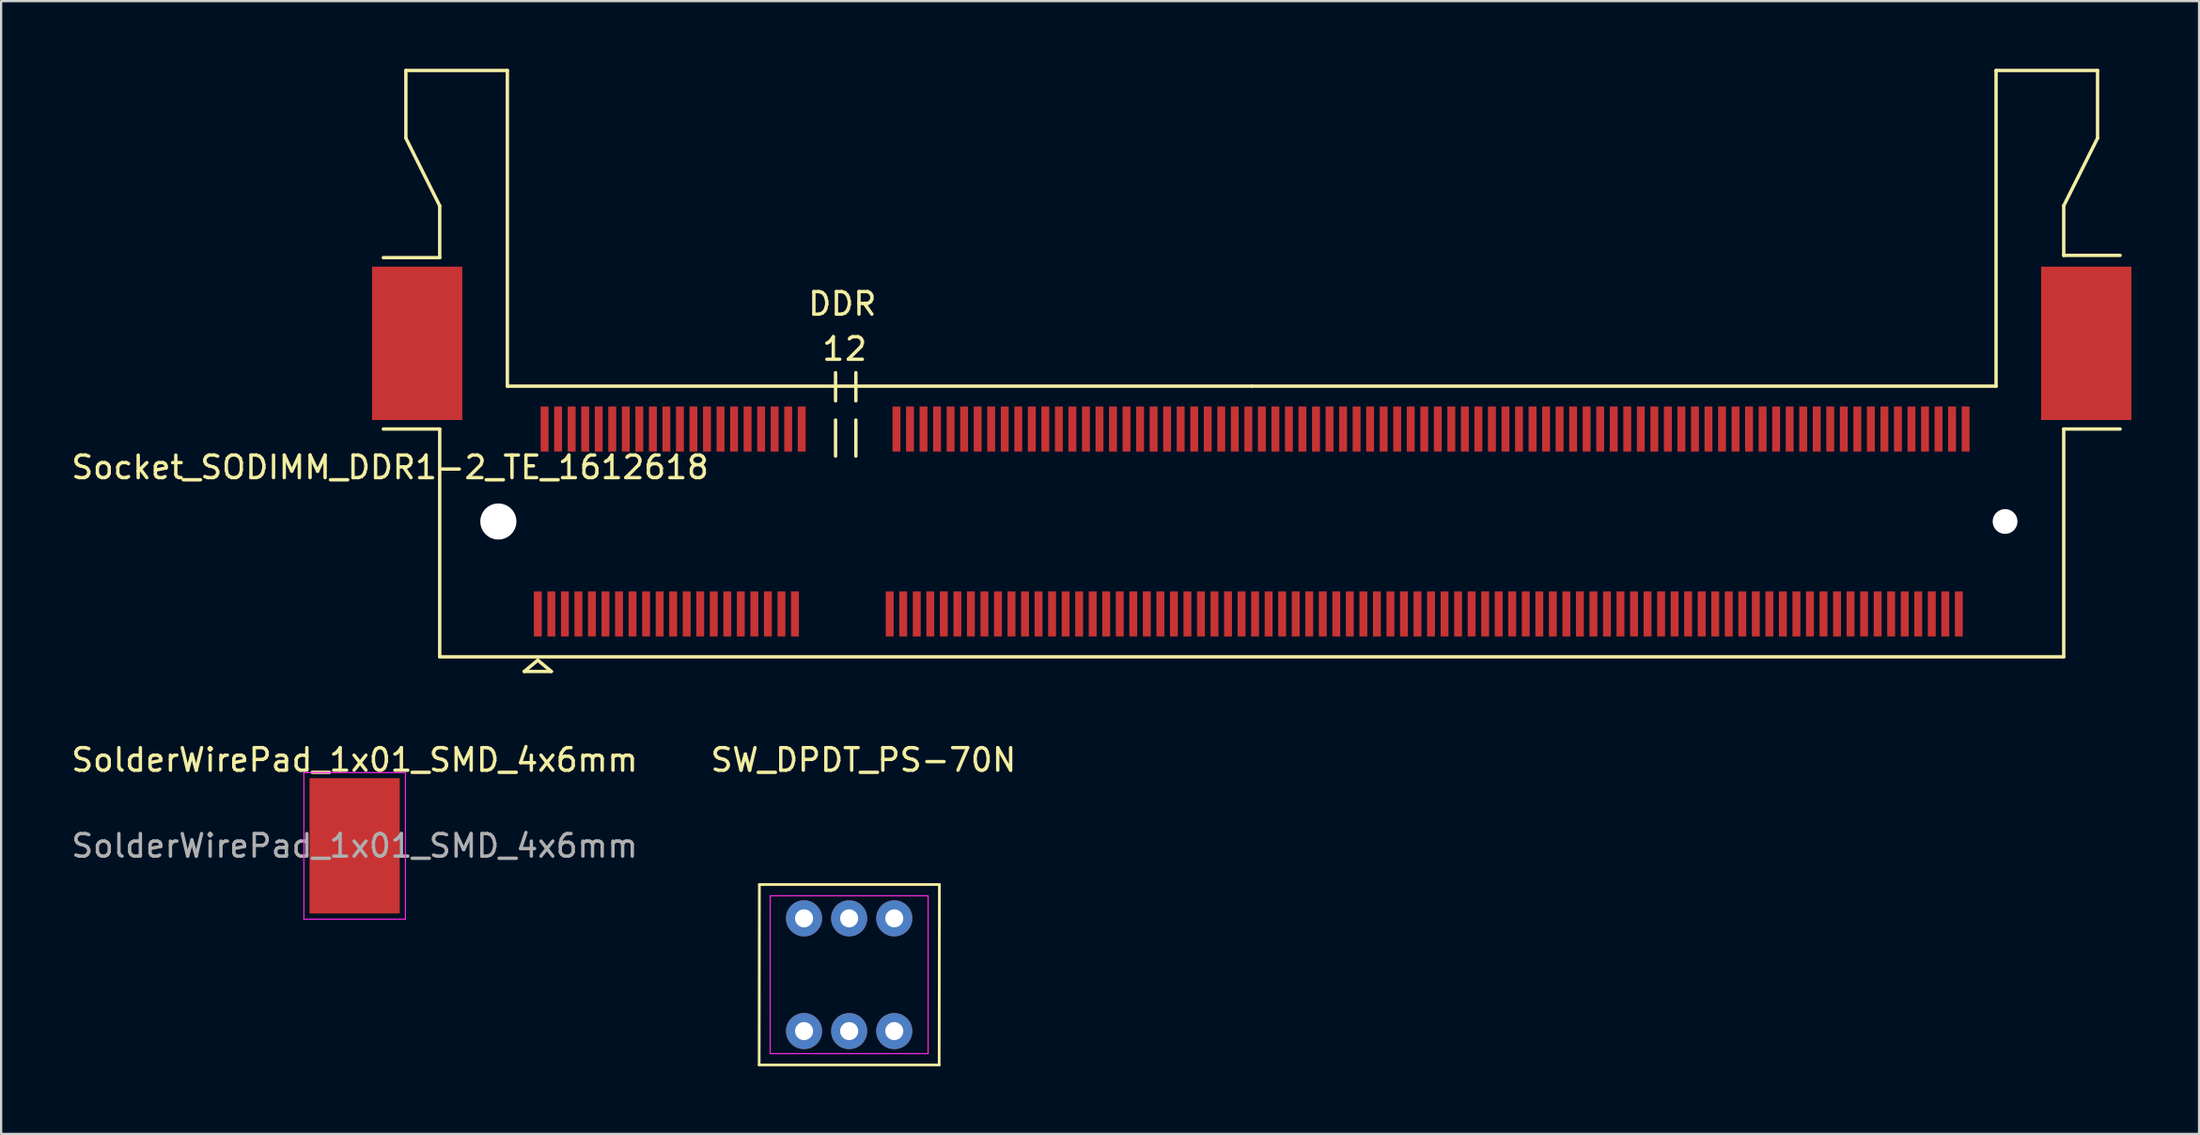
<source format=kicad_pcb>
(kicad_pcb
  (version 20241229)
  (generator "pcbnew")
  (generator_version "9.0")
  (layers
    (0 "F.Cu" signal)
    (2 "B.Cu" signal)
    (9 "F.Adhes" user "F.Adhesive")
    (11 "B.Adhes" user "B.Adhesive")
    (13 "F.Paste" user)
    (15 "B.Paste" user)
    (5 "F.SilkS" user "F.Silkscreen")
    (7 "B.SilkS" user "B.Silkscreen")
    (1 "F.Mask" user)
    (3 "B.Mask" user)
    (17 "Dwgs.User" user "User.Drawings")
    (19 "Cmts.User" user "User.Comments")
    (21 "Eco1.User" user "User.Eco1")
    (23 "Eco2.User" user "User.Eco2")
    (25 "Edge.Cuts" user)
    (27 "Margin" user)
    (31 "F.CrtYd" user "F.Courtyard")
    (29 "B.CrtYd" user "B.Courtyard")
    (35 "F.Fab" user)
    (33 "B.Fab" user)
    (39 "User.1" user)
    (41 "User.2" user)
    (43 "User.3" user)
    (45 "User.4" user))
  (footprint "SolderWirePad_1x01_SMD_4x6mm"
    (layer "F.Cu")
    (at 12.673 34.458)
    (property "Reference" "SolderWirePad_1x01_SMD_4x6mm" (at 0 -3.81 0) (layer "F.SilkS") (effects (font (size 1 1) (thickness 0.15))))
    (attr smd exclude_from_pos_files exclude_from_bom)
    (fp_line (start -2.25 -3.25) (end -2.25 3.25) (stroke (width 0.05) (type solid)) (layer "F.CrtYd"))
    (fp_line (start -2.25 3.25) (end 2.25 3.25) (stroke (width 0.05) (type solid)) (layer "F.CrtYd"))
    (fp_line (start 2.25 -3.25) (end -2.25 -3.25) (stroke (width 0.05) (type solid)) (layer "F.CrtYd"))
    (fp_line (start 2.25 3.25) (end 2.25 -3.25) (stroke (width 0.05) (type solid)) (layer "F.CrtYd"))
    (fp_text user "${REFERENCE}" (at 0 0 0) (layer "F.Fab") (effects (font (size 1 1) (thickness 0.15))))
    (pad "1" smd rect (at 0 0) (size 4 6) (layers "F.Cu" "F.Mask" "F.Paste")))
  (footprint "Socket_SODIMM_DDR1-2_TE_1612618"
    (layer "F.Cu")
    (at 52.444 20.075)
    (property "Reference" "Socket_SODIMM_DDR1-2_TE_1612618" (at -38.2 -2.4 0) (layer "F.SilkS") (effects (font (size 1 1) (thickness 0.15))))
    (attr smd)
    (fp_line (start -37.5 -20) (end -37.5 -17) (stroke (width 0.15) (type solid)) (layer "F.SilkS"))
    (fp_line (start -37.5 -17) (end -36 -14) (stroke (width 0.15) (type solid)) (layer "F.SilkS"))
    (fp_line (start -36 -14) (end -36 -11.7) (stroke (width 0.15) (type solid)) (layer "F.SilkS"))
    (fp_line (start -36 -11.7) (end -38.5 -11.7) (stroke (width 0.15) (type solid)) (layer "F.SilkS"))
    (fp_line (start -36 -4.1) (end -38.5 -4.1) (stroke (width 0.15) (type solid)) (layer "F.SilkS"))
    (fp_line (start -36 -4.1) (end -36 6) (stroke (width 0.15) (type solid)) (layer "F.SilkS"))
    (fp_line (start -36 6) (end 36 6) (stroke (width 0.15) (type solid)) (layer "F.SilkS"))
    (fp_line (start -33 -20) (end -37.5 -20) (stroke (width 0.15) (type solid)) (layer "F.SilkS"))
    (fp_line (start -33 -6) (end -33 -20) (stroke (width 0.15) (type solid)) (layer "F.SilkS"))
    (fp_line (start -32.25 6.65) (end -31.65 6.15) (stroke (width 0.15) (type solid)) (layer "F.SilkS"))
    (fp_line (start -31.65 6.15) (end -31.05 6.65) (stroke (width 0.15) (type solid)) (layer "F.SilkS"))
    (fp_line (start -31.05 6.65) (end -32.25 6.65) (stroke (width 0.15) (type solid)) (layer "F.SilkS"))
    (fp_line (start -18.45 -5.35) (end -18.45 -6.6) (stroke (width 0.15) (type solid)) (layer "F.SilkS"))
    (fp_line (start -18.45 -4.5) (end -18.45 -2.9) (stroke (width 0.15) (type solid)) (layer "F.SilkS"))
    (fp_line (start -17.55 -5.35) (end -17.55 -6.6) (stroke (width 0.15) (type solid)) (layer "F.SilkS"))
    (fp_line (start -17.55 -4.5) (end -17.55 -2.9) (stroke (width 0.15) (type solid)) (layer "F.SilkS"))
    (fp_line (start 0 -6) (end -33 -6) (stroke (width 0.15) (type solid)) (layer "F.SilkS"))
    (fp_line (start 33 -20) (end 33 -6) (stroke (width 0.15) (type solid)) (layer "F.SilkS"))
    (fp_line (start 33 -6) (end 0 -6) (stroke (width 0.15) (type solid)) (layer "F.SilkS"))
    (fp_line (start 36 -14) (end 36 -11.8) (stroke (width 0.15) (type solid)) (layer "F.SilkS"))
    (fp_line (start 36 -14) (end 37.5 -17) (stroke (width 0.15) (type solid)) (layer "F.SilkS"))
    (fp_line (start 36 -11.8) (end 38.5 -11.8) (stroke (width 0.15) (type solid)) (layer "F.SilkS"))
    (fp_line (start 36 -4.1) (end 38.5 -4.1) (stroke (width 0.15) (type solid)) (layer "F.SilkS"))
    (fp_line (start 36 6) (end 36 -4.1) (stroke (width 0.15) (type solid)) (layer "F.SilkS"))
    (fp_line (start 37.5 -20) (end 33 -20) (stroke (width 0.15) (type solid)) (layer "F.SilkS"))
    (fp_line (start 37.5 -17) (end 37.5 -20) (stroke (width 0.15) (type solid)) (layer "F.SilkS"))
    (fp_text user "1" (at -18.55 -7.65 0) (layer "F.SilkS") (effects (font (size 1 1) (thickness 0.15))))
    (fp_text user "2" (at -17.55 -7.65 0) (layer "F.SilkS") (effects (font (size 1 1) (thickness 0.15))))
    (fp_text user "DDR" (at -18.15 -9.65 0) (layer "F.SilkS") (effects (font (size 1 1) (thickness 0.15))))
    (pad "" smd rect (at -37 -7.9) (size 4 6.8) (layers "F.Cu" "F.Mask" "F.Paste"))
    (pad "" np_thru_hole circle (at -33.4 0) (size 1.6 1.6) (drill 1.6) (layers "*.Cu" "*.Mask"))
    (pad "" np_thru_hole circle (at 33.4 0) (size 1.1 1.1) (drill 1.1) (layers "*.Cu" "*.Mask"))
    (pad "" smd rect (at 37 -7.9) (size 4 6.8) (layers "F.Cu" "F.Mask" "F.Paste"))
    (pad "1" smd rect (at -31.65 4.1) (size 0.35 2) (layers "F.Cu" "F.Mask" "F.Paste"))
    (pad "2" smd rect (at -31.35 -4.1) (size 0.35 2) (layers "F.Cu" "F.Mask" "F.Paste"))
    (pad "3" smd rect (at -31.05 4.1) (size 0.35 2) (layers "F.Cu" "F.Mask" "F.Paste"))
    (pad "4" smd rect (at -30.75 -4.1) (size 0.35 2) (layers "F.Cu" "F.Mask" "F.Paste"))
    (pad "5" smd rect (at -30.45 4.1) (size 0.35 2) (layers "F.Cu" "F.Mask" "F.Paste"))
    (pad "6" smd rect (at -30.15 -4.1) (size 0.35 2) (layers "F.Cu" "F.Mask" "F.Paste"))
    (pad "7" smd rect (at -29.85 4.1) (size 0.35 2) (layers "F.Cu" "F.Mask" "F.Paste"))
    (pad "8" smd rect (at -29.55 -4.1) (size 0.35 2) (layers "F.Cu" "F.Mask" "F.Paste"))
    (pad "9" smd rect (at -29.25 4.1) (size 0.35 2) (layers "F.Cu" "F.Mask" "F.Paste"))
    (pad "10" smd rect (at -28.95 -4.1) (size 0.35 2) (layers "F.Cu" "F.Mask" "F.Paste"))
    (pad "11" smd rect (at -28.65 4.1) (size 0.35 2) (layers "F.Cu" "F.Mask" "F.Paste"))
    (pad "12" smd rect (at -28.35 -4.1) (size 0.35 2) (layers "F.Cu" "F.Mask" "F.Paste"))
    (pad "13" smd rect (at -28.05 4.1) (size 0.35 2) (layers "F.Cu" "F.Mask" "F.Paste"))
    (pad "14" smd rect (at -27.75 -4.1) (size 0.35 2) (layers "F.Cu" "F.Mask" "F.Paste"))
    (pad "15" smd rect (at -27.45 4.1) (size 0.35 2) (layers "F.Cu" "F.Mask" "F.Paste"))
    (pad "16" smd rect (at -27.15 -4.1) (size 0.35 2) (layers "F.Cu" "F.Mask" "F.Paste"))
    (pad "17" smd rect (at -26.85 4.1) (size 0.35 2) (layers "F.Cu" "F.Mask" "F.Paste"))
    (pad "18" smd rect (at -26.55 -4.1) (size 0.35 2) (layers "F.Cu" "F.Mask" "F.Paste"))
    (pad "19" smd rect (at -26.25 4.1) (size 0.35 2) (layers "F.Cu" "F.Mask" "F.Paste"))
    (pad "20" smd rect (at -25.95 -4.1) (size 0.35 2) (layers "F.Cu" "F.Mask" "F.Paste"))
    (pad "21" smd rect (at -25.65 4.1) (size 0.35 2) (layers "F.Cu" "F.Mask" "F.Paste"))
    (pad "22" smd rect (at -25.35 -4.1) (size 0.35 2) (layers "F.Cu" "F.Mask" "F.Paste"))
    (pad "23" smd rect (at -25.05 4.1) (size 0.35 2) (layers "F.Cu" "F.Mask" "F.Paste"))
    (pad "24" smd rect (at -24.75 -4.1) (size 0.35 2) (layers "F.Cu" "F.Mask" "F.Paste"))
    (pad "25" smd rect (at -24.45 4.1) (size 0.35 2) (layers "F.Cu" "F.Mask" "F.Paste"))
    (pad "26" smd rect (at -24.15 -4.1) (size 0.35 2) (layers "F.Cu" "F.Mask" "F.Paste"))
    (pad "27" smd rect (at -23.85 4.1) (size 0.35 2) (layers "F.Cu" "F.Mask" "F.Paste"))
    (pad "28" smd rect (at -23.55 -4.1) (size 0.35 2) (layers "F.Cu" "F.Mask" "F.Paste"))
    (pad "29" smd rect (at -23.25 4.1) (size 0.35 2) (layers "F.Cu" "F.Mask" "F.Paste"))
    (pad "30" smd rect (at -22.95 -4.1) (size 0.35 2) (layers "F.Cu" "F.Mask" "F.Paste"))
    (pad "31" smd rect (at -22.65 4.1) (size 0.35 2) (layers "F.Cu" "F.Mask" "F.Paste"))
    (pad "32" smd rect (at -22.35 -4.1) (size 0.35 2) (layers "F.Cu" "F.Mask" "F.Paste"))
    (pad "33" smd rect (at -22.05 4.1) (size 0.35 2) (layers "F.Cu" "F.Mask" "F.Paste"))
    (pad "34" smd rect (at -21.75 -4.1) (size 0.35 2) (layers "F.Cu" "F.Mask" "F.Paste"))
    (pad "35" smd rect (at -21.45 4.1) (size 0.35 2) (layers "F.Cu" "F.Mask" "F.Paste"))
    (pad "36" smd rect (at -21.15 -4.1) (size 0.35 2) (layers "F.Cu" "F.Mask" "F.Paste"))
    (pad "37" smd rect (at -20.85 4.1) (size 0.35 2) (layers "F.Cu" "F.Mask" "F.Paste"))
    (pad "38" smd rect (at -20.55 -4.1) (size 0.35 2) (layers "F.Cu" "F.Mask" "F.Paste"))
    (pad "39" smd rect (at -20.25 4.1) (size 0.35 2) (layers "F.Cu" "F.Mask" "F.Paste"))
    (pad "40" smd rect (at -19.95 -4.1) (size 0.35 2) (layers "F.Cu" "F.Mask" "F.Paste"))
    (pad "41" smd rect (at -16.05 4.1) (size 0.35 2) (layers "F.Cu" "F.Mask" "F.Paste"))
    (pad "42" smd rect (at -15.75 -4.1) (size 0.35 2) (layers "F.Cu" "F.Mask" "F.Paste"))
    (pad "43" smd rect (at -15.45 4.1) (size 0.35 2) (layers "F.Cu" "F.Mask" "F.Paste"))
    (pad "44" smd rect (at -15.15 -4.1) (size 0.35 2) (layers "F.Cu" "F.Mask" "F.Paste"))
    (pad "45" smd rect (at -14.85 4.1) (size 0.35 2) (layers "F.Cu" "F.Mask" "F.Paste"))
    (pad "46" smd rect (at -14.55 -4.1) (size 0.35 2) (layers "F.Cu" "F.Mask" "F.Paste"))
    (pad "47" smd rect (at -14.25 4.1) (size 0.35 2) (layers "F.Cu" "F.Mask" "F.Paste"))
    (pad "48" smd rect (at -13.95 -4.1) (size 0.35 2) (layers "F.Cu" "F.Mask" "F.Paste"))
    (pad "49" smd rect (at -13.65 4.1) (size 0.35 2) (layers "F.Cu" "F.Mask" "F.Paste"))
    (pad "50" smd rect (at -13.35 -4.1) (size 0.35 2) (layers "F.Cu" "F.Mask" "F.Paste"))
    (pad "51" smd rect (at -13.05 4.1) (size 0.35 2) (layers "F.Cu" "F.Mask" "F.Paste"))
    (pad "52" smd rect (at -12.75 -4.1) (size 0.35 2) (layers "F.Cu" "F.Mask" "F.Paste"))
    (pad "53" smd rect (at -12.45 4.1) (size 0.35 2) (layers "F.Cu" "F.Mask" "F.Paste"))
    (pad "54" smd rect (at -12.15 -4.1) (size 0.35 2) (layers "F.Cu" "F.Mask" "F.Paste"))
    (pad "55" smd rect (at -11.85 4.1) (size 0.35 2) (layers "F.Cu" "F.Mask" "F.Paste"))
    (pad "56" smd rect (at -11.55 -4.1) (size 0.35 2) (layers "F.Cu" "F.Mask" "F.Paste"))
    (pad "57" smd rect (at -11.25 4.1) (size 0.35 2) (layers "F.Cu" "F.Mask" "F.Paste"))
    (pad "58" smd rect (at -10.95 -4.1) (size 0.35 2) (layers "F.Cu" "F.Mask" "F.Paste"))
    (pad "59" smd rect (at -10.65 4.1) (size 0.35 2) (layers "F.Cu" "F.Mask" "F.Paste"))
    (pad "60" smd rect (at -10.35 -4.1) (size 0.35 2) (layers "F.Cu" "F.Mask" "F.Paste"))
    (pad "61" smd rect (at -10.05 4.1) (size 0.35 2) (layers "F.Cu" "F.Mask" "F.Paste"))
    (pad "62" smd rect (at -9.75 -4.1) (size 0.35 2) (layers "F.Cu" "F.Mask" "F.Paste"))
    (pad "63" smd rect (at -9.45 4.1) (size 0.35 2) (layers "F.Cu" "F.Mask" "F.Paste"))
    (pad "64" smd rect (at -9.15 -4.1) (size 0.35 2) (layers "F.Cu" "F.Mask" "F.Paste"))
    (pad "65" smd rect (at -8.85 4.1) (size 0.35 2) (layers "F.Cu" "F.Mask" "F.Paste"))
    (pad "66" smd rect (at -8.55 -4.1) (size 0.35 2) (layers "F.Cu" "F.Mask" "F.Paste"))
    (pad "67" smd rect (at -8.25 4.1) (size 0.35 2) (layers "F.Cu" "F.Mask" "F.Paste"))
    (pad "68" smd rect (at -7.95 -4.1) (size 0.35 2) (layers "F.Cu" "F.Mask" "F.Paste"))
    (pad "69" smd rect (at -7.65 4.1) (size 0.35 2) (layers "F.Cu" "F.Mask" "F.Paste"))
    (pad "70" smd rect (at -7.35 -4.1) (size 0.35 2) (layers "F.Cu" "F.Mask" "F.Paste"))
    (pad "71" smd rect (at -7.05 4.1) (size 0.35 2) (layers "F.Cu" "F.Mask" "F.Paste"))
    (pad "72" smd rect (at -6.75 -4.1) (size 0.35 2) (layers "F.Cu" "F.Mask" "F.Paste"))
    (pad "73" smd rect (at -6.45 4.1) (size 0.35 2) (layers "F.Cu" "F.Mask" "F.Paste"))
    (pad "74" smd rect (at -6.15 -4.1) (size 0.35 2) (layers "F.Cu" "F.Mask" "F.Paste"))
    (pad "75" smd rect (at -5.85 4.1) (size 0.35 2) (layers "F.Cu" "F.Mask" "F.Paste"))
    (pad "76" smd rect (at -5.55 -4.1) (size 0.35 2) (layers "F.Cu" "F.Mask" "F.Paste"))
    (pad "77" smd rect (at -5.25 4.1) (size 0.35 2) (layers "F.Cu" "F.Mask" "F.Paste"))
    (pad "78" smd rect (at -4.95 -4.1) (size 0.35 2) (layers "F.Cu" "F.Mask" "F.Paste"))
    (pad "79" smd rect (at -4.65 4.1) (size 0.35 2) (layers "F.Cu" "F.Mask" "F.Paste"))
    (pad "80" smd rect (at -4.35 -4.1) (size 0.35 2) (layers "F.Cu" "F.Mask" "F.Paste"))
    (pad "81" smd rect (at -4.05 4.1) (size 0.35 2) (layers "F.Cu" "F.Mask" "F.Paste"))
    (pad "82" smd rect (at -3.75 -4.1) (size 0.35 2) (layers "F.Cu" "F.Mask" "F.Paste"))
    (pad "83" smd rect (at -3.45 4.1) (size 0.35 2) (layers "F.Cu" "F.Mask" "F.Paste"))
    (pad "84" smd rect (at -3.15 -4.1) (size 0.35 2) (layers "F.Cu" "F.Mask" "F.Paste"))
    (pad "85" smd rect (at -2.85 4.1) (size 0.35 2) (layers "F.Cu" "F.Mask" "F.Paste"))
    (pad "86" smd rect (at -2.55 -4.1) (size 0.35 2) (layers "F.Cu" "F.Mask" "F.Paste"))
    (pad "87" smd rect (at -2.25 4.1) (size 0.35 2) (layers "F.Cu" "F.Mask" "F.Paste"))
    (pad "88" smd rect (at -1.95 -4.1) (size 0.35 2) (layers "F.Cu" "F.Mask" "F.Paste"))
    (pad "89" smd rect (at -1.65 4.1) (size 0.35 2) (layers "F.Cu" "F.Mask" "F.Paste"))
    (pad "90" smd rect (at -1.35 -4.1) (size 0.35 2) (layers "F.Cu" "F.Mask" "F.Paste"))
    (pad "91" smd rect (at -1.05 4.1) (size 0.35 2) (layers "F.Cu" "F.Mask" "F.Paste"))
    (pad "92" smd rect (at -0.75 -4.1) (size 0.35 2) (layers "F.Cu" "F.Mask" "F.Paste"))
    (pad "93" smd rect (at -0.45 4.1) (size 0.35 2) (layers "F.Cu" "F.Mask" "F.Paste"))
    (pad "94" smd rect (at -0.15 -4.1) (size 0.35 2) (layers "F.Cu" "F.Mask" "F.Paste"))
    (pad "95" smd rect (at 0.15 4.1) (size 0.35 2) (layers "F.Cu" "F.Mask" "F.Paste"))
    (pad "96" smd rect (at 0.45 -4.1) (size 0.35 2) (layers "F.Cu" "F.Mask" "F.Paste"))
    (pad "97" smd rect (at 0.75 4.1) (size 0.35 2) (layers "F.Cu" "F.Mask" "F.Paste"))
    (pad "98" smd rect (at 1.05 -4.1) (size 0.35 2) (layers "F.Cu" "F.Mask" "F.Paste"))
    (pad "99" smd rect (at 1.35 4.1) (size 0.35 2) (layers "F.Cu" "F.Mask" "F.Paste"))
    (pad "100" smd rect (at 1.65 -4.1) (size 0.35 2) (layers "F.Cu" "F.Mask" "F.Paste"))
    (pad "101" smd rect (at 1.95 4.1) (size 0.35 2) (layers "F.Cu" "F.Mask" "F.Paste"))
    (pad "102" smd rect (at 2.25 -4.1) (size 0.35 2) (layers "F.Cu" "F.Mask" "F.Paste"))
    (pad "103" smd rect (at 2.55 4.1) (size 0.35 2) (layers "F.Cu" "F.Mask" "F.Paste"))
    (pad "104" smd rect (at 2.85 -4.1) (size 0.35 2) (layers "F.Cu" "F.Mask" "F.Paste"))
    (pad "105" smd rect (at 3.15 4.1) (size 0.35 2) (layers "F.Cu" "F.Mask" "F.Paste"))
    (pad "106" smd rect (at 3.45 -4.1) (size 0.35 2) (layers "F.Cu" "F.Mask" "F.Paste"))
    (pad "107" smd rect (at 3.75 4.1) (size 0.35 2) (layers "F.Cu" "F.Mask" "F.Paste"))
    (pad "108" smd rect (at 4.05 -4.1) (size 0.35 2) (layers "F.Cu" "F.Mask" "F.Paste"))
    (pad "109" smd rect (at 4.35 4.1) (size 0.35 2) (layers "F.Cu" "F.Mask" "F.Paste"))
    (pad "110" smd rect (at 4.65 -4.1) (size 0.35 2) (layers "F.Cu" "F.Mask" "F.Paste"))
    (pad "111" smd rect (at 4.95 4.1) (size 0.35 2) (layers "F.Cu" "F.Mask" "F.Paste"))
    (pad "112" smd rect (at 5.25 -4.1) (size 0.35 2) (layers "F.Cu" "F.Mask" "F.Paste"))
    (pad "113" smd rect (at 5.55 4.1) (size 0.35 2) (layers "F.Cu" "F.Mask" "F.Paste"))
    (pad "114" smd rect (at 5.85 -4.1) (size 0.35 2) (layers "F.Cu" "F.Mask" "F.Paste"))
    (pad "115" smd rect (at 6.15 4.1) (size 0.35 2) (layers "F.Cu" "F.Mask" "F.Paste"))
    (pad "116" smd rect (at 6.45 -4.1) (size 0.35 2) (layers "F.Cu" "F.Mask" "F.Paste"))
    (pad "117" smd rect (at 6.75 4.1) (size 0.35 2) (layers "F.Cu" "F.Mask" "F.Paste"))
    (pad "118" smd rect (at 7.05 -4.1) (size 0.35 2) (layers "F.Cu" "F.Mask" "F.Paste"))
    (pad "119" smd rect (at 7.35 4.1) (size 0.35 2) (layers "F.Cu" "F.Mask" "F.Paste"))
    (pad "120" smd rect (at 7.65 -4.1) (size 0.35 2) (layers "F.Cu" "F.Mask" "F.Paste"))
    (pad "121" smd rect (at 7.95 4.1) (size 0.35 2) (layers "F.Cu" "F.Mask" "F.Paste"))
    (pad "122" smd rect (at 8.25 -4.1) (size 0.35 2) (layers "F.Cu" "F.Mask" "F.Paste"))
    (pad "123" smd rect (at 8.55 4.1) (size 0.35 2) (layers "F.Cu" "F.Mask" "F.Paste"))
    (pad "124" smd rect (at 8.85 -4.1) (size 0.35 2) (layers "F.Cu" "F.Mask" "F.Paste"))
    (pad "125" smd rect (at 9.15 4.1) (size 0.35 2) (layers "F.Cu" "F.Mask" "F.Paste"))
    (pad "126" smd rect (at 9.45 -4.1) (size 0.35 2) (layers "F.Cu" "F.Mask" "F.Paste"))
    (pad "127" smd rect (at 9.75 4.1) (size 0.35 2) (layers "F.Cu" "F.Mask" "F.Paste"))
    (pad "128" smd rect (at 10.05 -4.1) (size 0.35 2) (layers "F.Cu" "F.Mask" "F.Paste"))
    (pad "129" smd rect (at 10.35 4.1) (size 0.35 2) (layers "F.Cu" "F.Mask" "F.Paste"))
    (pad "130" smd rect (at 10.65 -4.1) (size 0.35 2) (layers "F.Cu" "F.Mask" "F.Paste"))
    (pad "131" smd rect (at 10.95 4.1) (size 0.35 2) (layers "F.Cu" "F.Mask" "F.Paste"))
    (pad "132" smd rect (at 11.25 -4.1) (size 0.35 2) (layers "F.Cu" "F.Mask" "F.Paste"))
    (pad "133" smd rect (at 11.55 4.1) (size 0.35 2) (layers "F.Cu" "F.Mask" "F.Paste"))
    (pad "134" smd rect (at 11.85 -4.1) (size 0.35 2) (layers "F.Cu" "F.Mask" "F.Paste"))
    (pad "135" smd rect (at 12.15 4.1) (size 0.35 2) (layers "F.Cu" "F.Mask" "F.Paste"))
    (pad "136" smd rect (at 12.45 -4.1) (size 0.35 2) (layers "F.Cu" "F.Mask" "F.Paste"))
    (pad "137" smd rect (at 12.75 4.1) (size 0.35 2) (layers "F.Cu" "F.Mask" "F.Paste"))
    (pad "138" smd rect (at 13.05 -4.1) (size 0.35 2) (layers "F.Cu" "F.Mask" "F.Paste"))
    (pad "139" smd rect (at 13.35 4.1) (size 0.35 2) (layers "F.Cu" "F.Mask" "F.Paste"))
    (pad "140" smd rect (at 13.65 -4.1) (size 0.35 2) (layers "F.Cu" "F.Mask" "F.Paste"))
    (pad "141" smd rect (at 13.95 4.1) (size 0.35 2) (layers "F.Cu" "F.Mask" "F.Paste"))
    (pad "142" smd rect (at 14.25 -4.1) (size 0.35 2) (layers "F.Cu" "F.Mask" "F.Paste"))
    (pad "143" smd rect (at 14.55 4.1) (size 0.35 2) (layers "F.Cu" "F.Mask" "F.Paste"))
    (pad "144" smd rect (at 14.85 -4.1) (size 0.35 2) (layers "F.Cu" "F.Mask" "F.Paste"))
    (pad "145" smd rect (at 15.15 4.1) (size 0.35 2) (layers "F.Cu" "F.Mask" "F.Paste"))
    (pad "146" smd rect (at 15.45 -4.1) (size 0.35 2) (layers "F.Cu" "F.Mask" "F.Paste"))
    (pad "147" smd rect (at 15.75 4.1) (size 0.35 2) (layers "F.Cu" "F.Mask" "F.Paste"))
    (pad "148" smd rect (at 16.05 -4.1) (size 0.35 2) (layers "F.Cu" "F.Mask" "F.Paste"))
    (pad "149" smd rect (at 16.35 4.1) (size 0.35 2) (layers "F.Cu" "F.Mask" "F.Paste"))
    (pad "150" smd rect (at 16.65 -4.1) (size 0.35 2) (layers "F.Cu" "F.Mask" "F.Paste"))
    (pad "151" smd rect (at 16.95 4.1) (size 0.35 2) (layers "F.Cu" "F.Mask" "F.Paste"))
    (pad "152" smd rect (at 17.25 -4.1) (size 0.35 2) (layers "F.Cu" "F.Mask" "F.Paste"))
    (pad "153" smd rect (at 17.55 4.1) (size 0.35 2) (layers "F.Cu" "F.Mask" "F.Paste"))
    (pad "154" smd rect (at 17.85 -4.1) (size 0.35 2) (layers "F.Cu" "F.Mask" "F.Paste"))
    (pad "155" smd rect (at 18.15 4.1) (size 0.35 2) (layers "F.Cu" "F.Mask" "F.Paste"))
    (pad "156" smd rect (at 18.45 -4.1) (size 0.35 2) (layers "F.Cu" "F.Mask" "F.Paste"))
    (pad "157" smd rect (at 18.75 4.1) (size 0.35 2) (layers "F.Cu" "F.Mask" "F.Paste"))
    (pad "158" smd rect (at 19.05 -4.1) (size 0.35 2) (layers "F.Cu" "F.Mask" "F.Paste"))
    (pad "159" smd rect (at 19.35 4.1) (size 0.35 2) (layers "F.Cu" "F.Mask" "F.Paste"))
    (pad "160" smd rect (at 19.65 -4.1) (size 0.35 2) (layers "F.Cu" "F.Mask" "F.Paste"))
    (pad "161" smd rect (at 19.95 4.1) (size 0.35 2) (layers "F.Cu" "F.Mask" "F.Paste"))
    (pad "162" smd rect (at 20.25 -4.1) (size 0.35 2) (layers "F.Cu" "F.Mask" "F.Paste"))
    (pad "163" smd rect (at 20.55 4.1) (size 0.35 2) (layers "F.Cu" "F.Mask" "F.Paste"))
    (pad "164" smd rect (at 20.85 -4.1) (size 0.35 2) (layers "F.Cu" "F.Mask" "F.Paste"))
    (pad "165" smd rect (at 21.15 4.1) (size 0.35 2) (layers "F.Cu" "F.Mask" "F.Paste"))
    (pad "166" smd rect (at 21.45 -4.1) (size 0.35 2) (layers "F.Cu" "F.Mask" "F.Paste"))
    (pad "167" smd rect (at 21.75 4.1) (size 0.35 2) (layers "F.Cu" "F.Mask" "F.Paste"))
    (pad "168" smd rect (at 22.05 -4.1) (size 0.35 2) (layers "F.Cu" "F.Mask" "F.Paste"))
    (pad "169" smd rect (at 22.35 4.1) (size 0.35 2) (layers "F.Cu" "F.Mask" "F.Paste"))
    (pad "170" smd rect (at 22.65 -4.1) (size 0.35 2) (layers "F.Cu" "F.Mask" "F.Paste"))
    (pad "171" smd rect (at 22.95 4.1) (size 0.35 2) (layers "F.Cu" "F.Mask" "F.Paste"))
    (pad "172" smd rect (at 23.25 -4.1) (size 0.35 2) (layers "F.Cu" "F.Mask" "F.Paste"))
    (pad "173" smd rect (at 23.55 4.1) (size 0.35 2) (layers "F.Cu" "F.Mask" "F.Paste"))
    (pad "174" smd rect (at 23.85 -4.1) (size 0.35 2) (layers "F.Cu" "F.Mask" "F.Paste"))
    (pad "175" smd rect (at 24.15 4.1) (size 0.35 2) (layers "F.Cu" "F.Mask" "F.Paste"))
    (pad "176" smd rect (at 24.45 -4.1) (size 0.35 2) (layers "F.Cu" "F.Mask" "F.Paste"))
    (pad "177" smd rect (at 24.75 4.1) (size 0.35 2) (layers "F.Cu" "F.Mask" "F.Paste"))
    (pad "178" smd rect (at 25.05 -4.1) (size 0.35 2) (layers "F.Cu" "F.Mask" "F.Paste"))
    (pad "179" smd rect (at 25.35 4.1) (size 0.35 2) (layers "F.Cu" "F.Mask" "F.Paste"))
    (pad "180" smd rect (at 25.65 -4.1) (size 0.35 2) (layers "F.Cu" "F.Mask" "F.Paste"))
    (pad "181" smd rect (at 25.95 4.1) (size 0.35 2) (layers "F.Cu" "F.Mask" "F.Paste"))
    (pad "182" smd rect (at 26.25 -4.1) (size 0.35 2) (layers "F.Cu" "F.Mask" "F.Paste"))
    (pad "183" smd rect (at 26.55 4.1) (size 0.35 2) (layers "F.Cu" "F.Mask" "F.Paste"))
    (pad "184" smd rect (at 26.85 -4.1) (size 0.35 2) (layers "F.Cu" "F.Mask" "F.Paste"))
    (pad "185" smd rect (at 27.15 4.1) (size 0.35 2) (layers "F.Cu" "F.Mask" "F.Paste"))
    (pad "186" smd rect (at 27.45 -4.1) (size 0.35 2) (layers "F.Cu" "F.Mask" "F.Paste"))
    (pad "187" smd rect (at 27.75 4.1) (size 0.35 2) (layers "F.Cu" "F.Mask" "F.Paste"))
    (pad "188" smd rect (at 28.05 -4.1) (size 0.35 2) (layers "F.Cu" "F.Mask" "F.Paste"))
    (pad "189" smd rect (at 28.35 4.1) (size 0.35 2) (layers "F.Cu" "F.Mask" "F.Paste"))
    (pad "190" smd rect (at 28.65 -4.1) (size 0.35 2) (layers "F.Cu" "F.Mask" "F.Paste"))
    (pad "191" smd rect (at 28.95 4.1) (size 0.35 2) (layers "F.Cu" "F.Mask" "F.Paste"))
    (pad "192" smd rect (at 29.25 -4.1) (size 0.35 2) (layers "F.Cu" "F.Mask" "F.Paste"))
    (pad "193" smd rect (at 29.55 4.1) (size 0.35 2) (layers "F.Cu" "F.Mask" "F.Paste"))
    (pad "194" smd rect (at 29.85 -4.1) (size 0.35 2) (layers "F.Cu" "F.Mask" "F.Paste"))
    (pad "195" smd rect (at 30.15 4.1) (size 0.35 2) (layers "F.Cu" "F.Mask" "F.Paste"))
    (pad "196" smd rect (at 30.45 -4.1) (size 0.35 2) (layers "F.Cu" "F.Mask" "F.Paste"))
    (pad "197" smd rect (at 30.75 4.1) (size 0.35 2) (layers "F.Cu" "F.Mask" "F.Paste"))
    (pad "198" smd rect (at 31.05 -4.1) (size 0.35 2) (layers "F.Cu" "F.Mask" "F.Paste"))
    (pad "199" smd rect (at 31.35 4.1) (size 0.35 2) (layers "F.Cu" "F.Mask" "F.Paste"))
    (pad "200" smd rect (at 31.65 -4.1) (size 0.35 2) (layers "F.Cu" "F.Mask" "F.Paste")))
  (footprint "SW_DPDT_PS-70N"
    (layer "F.Cu")
    (at 34.597 40.173)
    (property "Reference" "SW_DPDT_PS-70N" (at 0.635 -9.525 180) (layer "F.SilkS") (effects (font (size 1 1) (thickness 0.15))))
    (attr through_hole)
    (fp_line (start -3.99 4) (end 3.99 4) (stroke (width 0.12) (type solid)) (layer "F.SilkS"))
    (fp_line (start -3.98 -4) (end -3.99 4) (stroke (width 0.12) (type solid)) (layer "F.SilkS"))
    (fp_line (start 3.99 4) (end 4 -4) (stroke (width 0.12) (type solid)) (layer "F.SilkS"))
    (fp_line (start 4 -4) (end -3.98 -4) (stroke (width 0.12) (type solid)) (layer "F.SilkS"))
    (fp_line (start -3.5 -3.5) (end 3.5 -3.5) (stroke (width 0.05) (type solid)) (layer "F.CrtYd"))
    (fp_line (start -3.5 3.5) (end -3.5 -3.5) (stroke (width 0.05) (type solid)) (layer "F.CrtYd"))
    (fp_line (start 3.5 -3.5) (end 3.5 3.5) (stroke (width 0.05) (type solid)) (layer "F.CrtYd"))
    (fp_line (start 3.5 3.5) (end -3.5 3.5) (stroke (width 0.05) (type solid)) (layer "F.CrtYd"))
    (pad "1" thru_hole circle (at -2 2.5) (size 1.6 1.6) (drill 0.8) (layers "*.Cu" "*.Mask"))
    (pad "2" thru_hole circle (at 0 2.5) (size 1.6 1.6) (drill 0.8) (layers "*.Cu" "*.Mask"))
    (pad "3" thru_hole circle (at 2 2.5) (size 1.6 1.6) (drill 0.8) (layers "*.Cu" "*.Mask"))
    (pad "4" thru_hole circle (at -2 -2.5) (size 1.6 1.6) (drill 0.8) (layers "*.Cu" "*.Mask"))
    (pad "5" thru_hole circle (at 0 -2.5) (size 1.6 1.6) (drill 0.8) (layers "*.Cu" "*.Mask"))
    (pad "6" thru_hole circle (at 2 -2.5) (size 1.6 1.6) (drill 0.8) (layers "*.Cu" "*.Mask")))
  (gr_rect
    (start -3 -3)
    (end 94.444 47.233)
    (stroke (width 0.1) (type default))
    (fill no)
    (layer "Edge.Cuts")))
</source>
